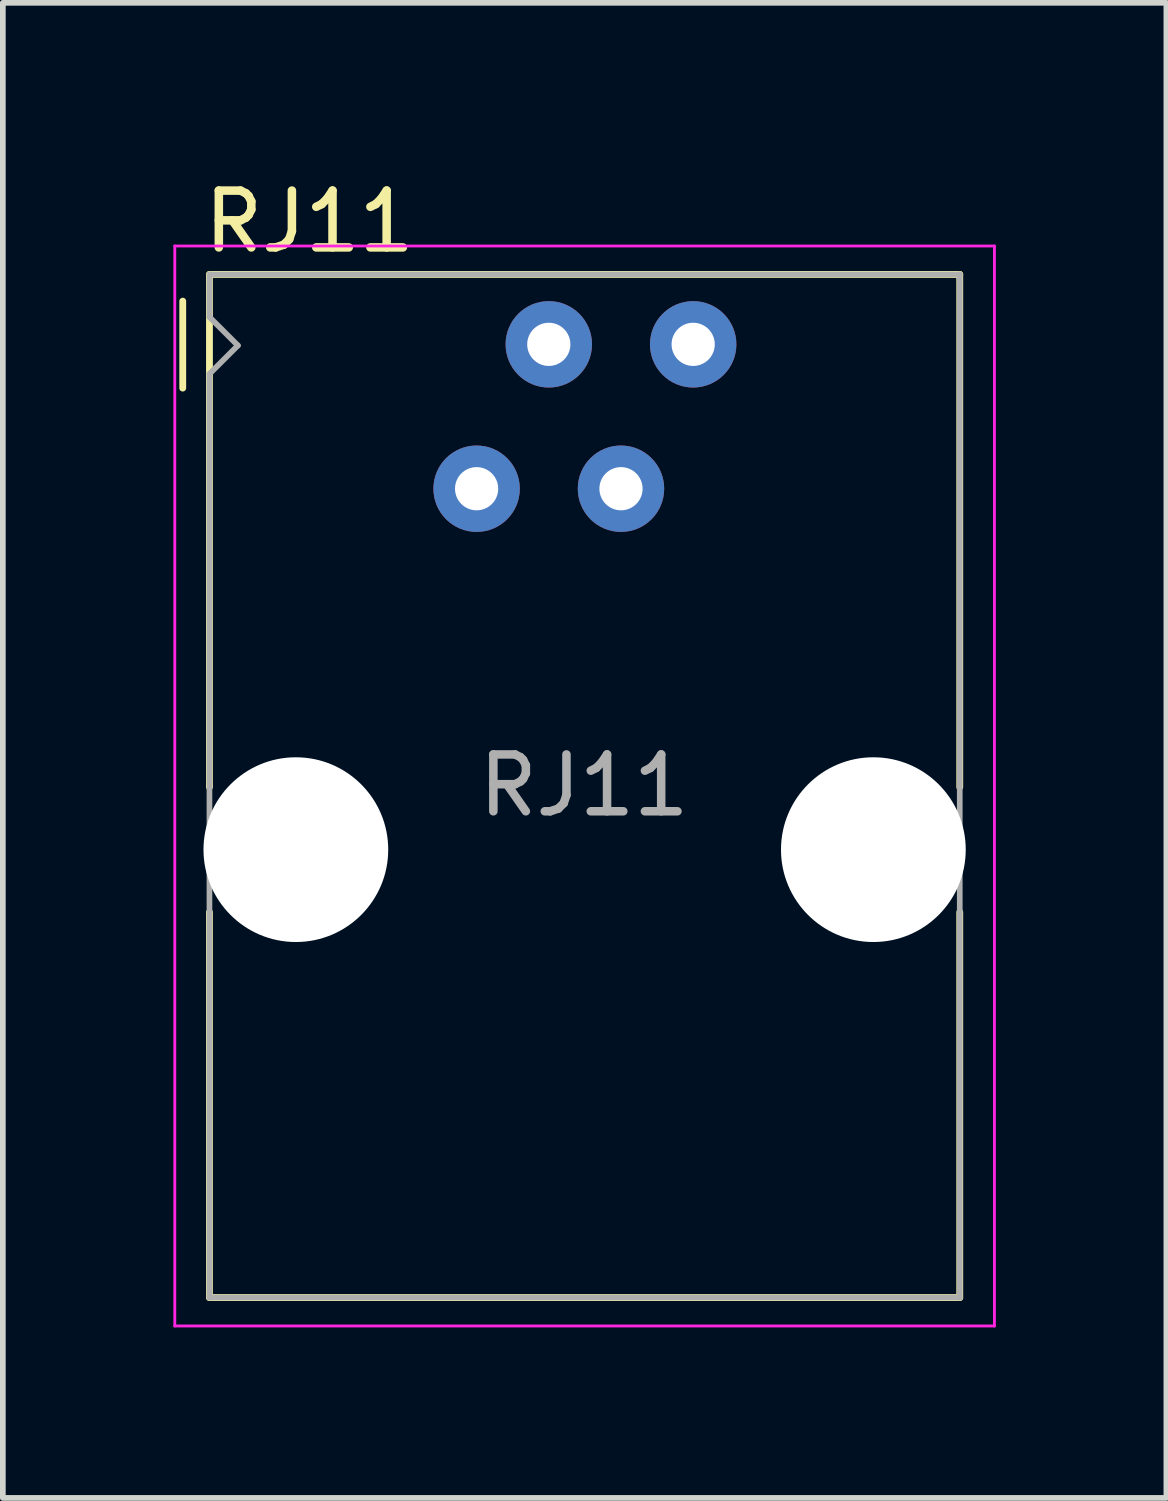
<source format=kicad_pcb>
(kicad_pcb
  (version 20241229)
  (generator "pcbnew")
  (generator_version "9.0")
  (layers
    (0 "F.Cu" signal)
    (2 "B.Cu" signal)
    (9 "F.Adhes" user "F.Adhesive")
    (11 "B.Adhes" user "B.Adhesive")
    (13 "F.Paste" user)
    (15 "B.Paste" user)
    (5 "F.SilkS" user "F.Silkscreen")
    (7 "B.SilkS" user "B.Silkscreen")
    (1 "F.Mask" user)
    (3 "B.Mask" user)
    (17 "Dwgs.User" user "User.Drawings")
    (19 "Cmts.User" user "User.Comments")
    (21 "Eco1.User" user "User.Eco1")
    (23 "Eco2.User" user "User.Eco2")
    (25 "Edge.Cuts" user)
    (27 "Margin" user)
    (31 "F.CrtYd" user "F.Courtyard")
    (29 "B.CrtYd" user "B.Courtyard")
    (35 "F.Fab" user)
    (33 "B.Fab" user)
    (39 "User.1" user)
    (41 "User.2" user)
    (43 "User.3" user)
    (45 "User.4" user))
  (footprint "RJ11"
    (layer "F.Cu")
    (at 4.065 3.008)
    (property "Reference" "RJ11" (at -1.67 -2.16 0) (layer "F.SilkS") (effects (font (size 1 1) (thickness 0.15))))
    (attr through_hole)
    (fp_line (start -3.9 0.77) (end -3.9 -0.76) (stroke (width 0.12) (type solid)) (layer "F.SilkS"))
    (fp_line (start -3.43 -1.23) (end 9.77 -1.23) (stroke (width 0.12) (type solid)) (layer "F.SilkS"))
    (fp_line (start -3.43 7.72) (end -3.43 7.79) (stroke (width 0.1) (type solid)) (layer "F.SilkS"))
    (fp_line (start -3.43 7.79) (end -3.43 -1.23) (stroke (width 0.12) (type solid)) (layer "F.SilkS"))
    (fp_line (start -3.43 16.77) (end -3.43 9.99) (stroke (width 0.12) (type solid)) (layer "F.SilkS"))
    (fp_line (start 9.77 -1.23) (end 9.77 7.79) (stroke (width 0.12) (type solid)) (layer "F.SilkS"))
    (fp_line (start 9.77 16.65) (end 9.77 16.77) (stroke (width 0.1) (type solid)) (layer "F.SilkS"))
    (fp_line (start 9.77 16.76) (end 9.77 16.77) (stroke (width 0.1) (type solid)) (layer "F.SilkS"))
    (fp_line (start 9.77 16.77) (end -3.43 16.77) (stroke (width 0.12) (type solid)) (layer "F.SilkS"))
    (fp_line (start 9.77 16.77) (end 9.77 9.99) (stroke (width 0.12) (type solid)) (layer "F.SilkS"))
    (fp_line (start -4.04 -1.73) (end 10.38 -1.73) (stroke (width 0.05) (type solid)) (layer "F.CrtYd"))
    (fp_line (start -4.04 17.27) (end -4.04 -1.73) (stroke (width 0.05) (type solid)) (layer "F.CrtYd"))
    (fp_line (start 10.38 -1.73) (end 10.38 17.27) (stroke (width 0.05) (type solid)) (layer "F.CrtYd"))
    (fp_line (start 10.38 17.27) (end -4.04 17.27) (stroke (width 0.05) (type solid)) (layer "F.CrtYd"))
    (fp_line (start -3.43 -1.23) (end 9.77 -1.23) (stroke (width 0.1) (type solid)) (layer "F.Fab"))
    (fp_line (start -3.43 -0.48) (end -3.43 -1.23) (stroke (width 0.1) (type solid)) (layer "F.Fab"))
    (fp_line (start -3.43 0.52) (end -2.93 0.02) (stroke (width 0.1) (type solid)) (layer "F.Fab"))
    (fp_line (start -3.43 16.77) (end -3.43 0.52) (stroke (width 0.1) (type solid)) (layer "F.Fab"))
    (fp_line (start -2.93 0.02) (end -3.43 -0.48) (stroke (width 0.1) (type solid)) (layer "F.Fab"))
    (fp_line (start 9.77 -1.23) (end 9.77 16.77) (stroke (width 0.1) (type solid)) (layer "F.Fab"))
    (fp_line (start 9.77 16.77) (end -3.43 16.77) (stroke (width 0.1) (type solid)) (layer "F.Fab"))
    (fp_text user "${REFERENCE}" (at 3.16 7.76 0) (layer "F.Fab") (effects (font (size 1 1) (thickness 0.15))))
    (pad "" np_thru_hole circle (at -1.91 8.89) (size 3.25 3.25) (drill 3.25) (layers "*.Cu" "*.Mask"))
    (pad "" np_thru_hole circle (at 8.25 8.89) (size 3.25 3.25) (drill 3.25) (layers "*.Cu" "*.Mask"))
    (pad "1" thru_hole circle (at 2.54 0) (size 1.52 1.52) (drill 0.76) (layers "*.Cu" "*.Mask"))
    (pad "2" thru_hole circle (at 3.81 2.54) (size 1.52 1.52) (drill 0.76) (layers "*.Cu" "*.Mask"))
    (pad "x" thru_hole circle (at 1.27 2.54) (size 1.52 1.52) (drill 0.76) (layers "*.Cu" "*.Mask"))
    (pad "x" thru_hole circle (at 5.08 0) (size 1.52 1.52) (drill 0.76) (layers "*.Cu" "*.Mask")))
  (gr_rect
    (start -3 -3)
    (end 17.47 23.303)
    (stroke (width 0.1) (type default))
    (fill no)
    (layer "Edge.Cuts")))
</source>
